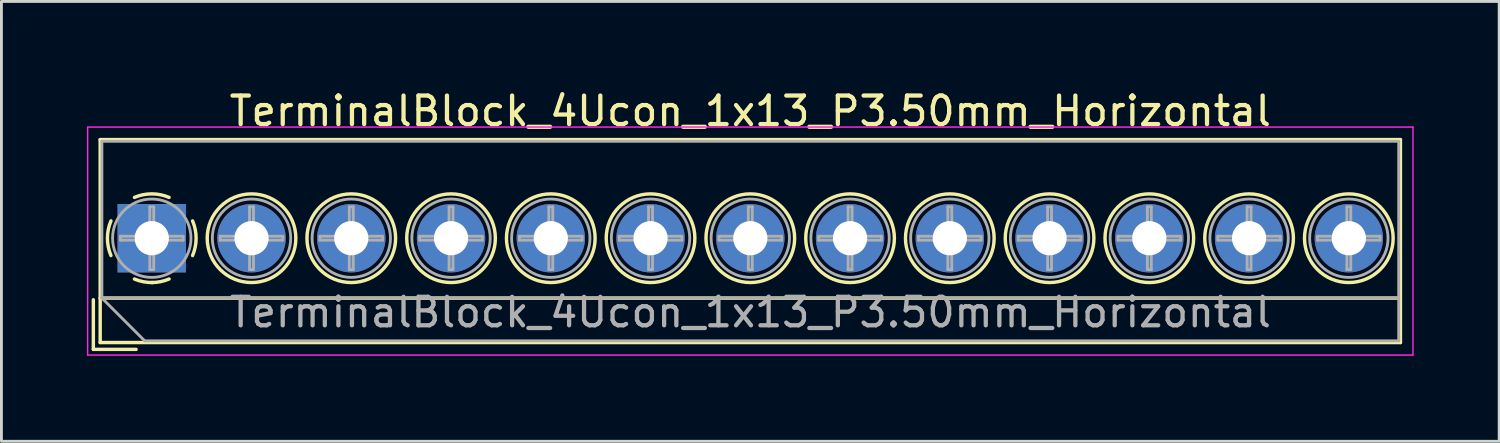
<source format=kicad_pcb>
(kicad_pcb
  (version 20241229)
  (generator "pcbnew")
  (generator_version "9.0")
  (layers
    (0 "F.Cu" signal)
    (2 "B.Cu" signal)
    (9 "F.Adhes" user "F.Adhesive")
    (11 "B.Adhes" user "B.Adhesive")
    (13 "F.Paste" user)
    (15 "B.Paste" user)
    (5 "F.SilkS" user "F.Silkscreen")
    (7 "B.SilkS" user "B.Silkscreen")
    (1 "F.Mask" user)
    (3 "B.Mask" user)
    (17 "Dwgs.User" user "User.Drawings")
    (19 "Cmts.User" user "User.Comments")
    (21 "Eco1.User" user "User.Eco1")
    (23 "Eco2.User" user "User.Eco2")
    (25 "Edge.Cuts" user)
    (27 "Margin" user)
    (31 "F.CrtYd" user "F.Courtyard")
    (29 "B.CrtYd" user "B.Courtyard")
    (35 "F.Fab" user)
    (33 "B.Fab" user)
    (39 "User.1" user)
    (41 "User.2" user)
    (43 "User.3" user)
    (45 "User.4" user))
  (footprint "TerminalBlock_4Ucon_1x13_P3.50mm_Horizontal"
    (layer "F.Cu")
    (at 2.275 5.308)
    (property "Reference" "TerminalBlock_4Ucon_1x13_P3.50mm_Horizontal" (at 21 -4.46 0) (layer "F.SilkS") (effects (font (size 1 1) (thickness 0.15))))
    (attr through_hole)
    (fp_line (start -2.05 2.16) (end -2.05 3.9) (stroke (width 0.12) (type solid)) (layer "F.SilkS"))
    (fp_line (start -2.05 3.9) (end -0.55 3.9) (stroke (width 0.12) (type solid)) (layer "F.SilkS"))
    (fp_line (start -1.81 -3.46) (end -1.81 3.66) (stroke (width 0.12) (type solid)) (layer "F.SilkS"))
    (fp_line (start -1.81 2.1) (end 43.81 2.1) (stroke (width 0.12) (type solid)) (layer "F.SilkS"))
    (fp_line (start -1.81 3.66) (end 43.81 3.66) (stroke (width 0.12) (type solid)) (layer "F.SilkS"))
    (fp_line (start 43.81 -3.46) (end -1.81 -3.46) (stroke (width 0.12) (type solid)) (layer "F.SilkS"))
    (fp_line (start 43.81 3.66) (end 43.81 -3.46) (stroke (width 0.12) (type solid)) (layer "F.SilkS"))
    (fp_arc (start -1.432109 0.607742) (mid -1.555727 -0.00014) (end -1.432 -0.608) (stroke (width 0.12) (type solid)) (layer "F.SilkS"))
    (fp_arc (start -0.607742 -1.432109) (mid 0.00014 -1.555727) (end 0.608 -1.432) (stroke (width 0.12) (type solid)) (layer "F.SilkS"))
    (fp_arc (start 0.027011 1.555493) (mid -0.296984 1.527118) (end -0.608 1.432) (stroke (width 0.12) (type solid)) (layer "F.SilkS"))
    (fp_arc (start 0.607587 1.431385) (mid 0.310017 1.523783) (end 0 1.555) (stroke (width 0.12) (type solid)) (layer "F.SilkS"))
    (fp_arc (start 1.432109 -0.607742) (mid 1.555727 0.00014) (end 1.432 0.608) (stroke (width 0.12) (type solid)) (layer "F.SilkS"))
    (fp_circle (center 3.5 0) (end 5.055 0) (stroke (width 0.12) (type solid)) (fill no) (layer "F.SilkS"))
    (fp_circle (center 7 0) (end 8.555 0) (stroke (width 0.12) (type solid)) (fill no) (layer "F.SilkS"))
    (fp_circle (center 10.5 0) (end 12.055 0) (stroke (width 0.12) (type solid)) (fill no) (layer "F.SilkS"))
    (fp_circle (center 14 0) (end 15.555 0) (stroke (width 0.12) (type solid)) (fill no) (layer "F.SilkS"))
    (fp_circle (center 17.5 0) (end 19.055 0) (stroke (width 0.12) (type solid)) (fill no) (layer "F.SilkS"))
    (fp_circle (center 21 0) (end 22.555 0) (stroke (width 0.12) (type solid)) (fill no) (layer "F.SilkS"))
    (fp_circle (center 24.5 0) (end 26.055 0) (stroke (width 0.12) (type solid)) (fill no) (layer "F.SilkS"))
    (fp_circle (center 28 0) (end 29.555 0) (stroke (width 0.12) (type solid)) (fill no) (layer "F.SilkS"))
    (fp_circle (center 31.5 0) (end 33.055 0) (stroke (width 0.12) (type solid)) (fill no) (layer "F.SilkS"))
    (fp_circle (center 35 0) (end 36.555 0) (stroke (width 0.12) (type solid)) (fill no) (layer "F.SilkS"))
    (fp_circle (center 38.5 0) (end 40.055 0) (stroke (width 0.12) (type solid)) (fill no) (layer "F.SilkS"))
    (fp_circle (center 42 0) (end 43.555 0) (stroke (width 0.12) (type solid)) (fill no) (layer "F.SilkS"))
    (fp_line (start -2.25 -3.9) (end -2.25 4.1) (stroke (width 0.05) (type solid)) (layer "F.CrtYd"))
    (fp_line (start -2.25 4.1) (end 44.25 4.1) (stroke (width 0.05) (type solid)) (layer "F.CrtYd"))
    (fp_line (start 44.25 -3.9) (end -2.25 -3.9) (stroke (width 0.05) (type solid)) (layer "F.CrtYd"))
    (fp_line (start 44.25 4.1) (end 44.25 -3.9) (stroke (width 0.05) (type solid)) (layer "F.CrtYd"))
    (fp_line (start -1.75 -3.4) (end 43.75 -3.4) (stroke (width 0.1) (type solid)) (layer "F.Fab"))
    (fp_line (start -1.75 2.1) (end -1.75 -3.4) (stroke (width 0.1) (type solid)) (layer "F.Fab"))
    (fp_line (start -1.75 2.1) (end 43.75 2.1) (stroke (width 0.1) (type solid)) (layer "F.Fab"))
    (fp_line (start -1.1 -0.069) (end -0.069 -0.069) (stroke (width 0.1) (type solid)) (layer "F.Fab"))
    (fp_line (start -1.1 0.069) (end -1.1 -0.069) (stroke (width 0.1) (type solid)) (layer "F.Fab"))
    (fp_line (start -0.25 3.6) (end -1.75 2.1) (stroke (width 0.1) (type solid)) (layer "F.Fab"))
    (fp_line (start -0.069 -1.1) (end 0.069 -1.1) (stroke (width 0.1) (type solid)) (layer "F.Fab"))
    (fp_line (start -0.069 -0.069) (end -0.069 -1.1) (stroke (width 0.1) (type solid)) (layer "F.Fab"))
    (fp_line (start -0.069 0.069) (end -1.1 0.069) (stroke (width 0.1) (type solid)) (layer "F.Fab"))
    (fp_line (start -0.069 1.1) (end -0.069 0.069) (stroke (width 0.1) (type solid)) (layer "F.Fab"))
    (fp_line (start 0.069 -1.1) (end 0.069 -0.069) (stroke (width 0.1) (type solid)) (layer "F.Fab"))
    (fp_line (start 0.069 -0.069) (end 1.1 -0.069) (stroke (width 0.1) (type solid)) (layer "F.Fab"))
    (fp_line (start 0.069 0.069) (end 0.069 1.1) (stroke (width 0.1) (type solid)) (layer "F.Fab"))
    (fp_line (start 0.069 1.1) (end -0.069 1.1) (stroke (width 0.1) (type solid)) (layer "F.Fab"))
    (fp_line (start 1.1 -0.069) (end 1.1 0.069) (stroke (width 0.1) (type solid)) (layer "F.Fab"))
    (fp_line (start 1.1 0.069) (end 0.069 0.069) (stroke (width 0.1) (type solid)) (layer "F.Fab"))
    (fp_line (start 2.4 -0.069) (end 3.431 -0.069) (stroke (width 0.1) (type solid)) (layer "F.Fab"))
    (fp_line (start 2.4 0.069) (end 2.4 -0.069) (stroke (width 0.1) (type solid)) (layer "F.Fab"))
    (fp_line (start 3.431 -1.1) (end 3.569 -1.1) (stroke (width 0.1) (type solid)) (layer "F.Fab"))
    (fp_line (start 3.431 -0.069) (end 3.431 -1.1) (stroke (width 0.1) (type solid)) (layer "F.Fab"))
    (fp_line (start 3.431 0.069) (end 2.4 0.069) (stroke (width 0.1) (type solid)) (layer "F.Fab"))
    (fp_line (start 3.431 1.1) (end 3.431 0.069) (stroke (width 0.1) (type solid)) (layer "F.Fab"))
    (fp_line (start 3.569 -1.1) (end 3.569 -0.069) (stroke (width 0.1) (type solid)) (layer "F.Fab"))
    (fp_line (start 3.569 -0.069) (end 4.6 -0.069) (stroke (width 0.1) (type solid)) (layer "F.Fab"))
    (fp_line (start 3.569 0.069) (end 3.569 1.1) (stroke (width 0.1) (type solid)) (layer "F.Fab"))
    (fp_line (start 3.569 1.1) (end 3.431 1.1) (stroke (width 0.1) (type solid)) (layer "F.Fab"))
    (fp_line (start 4.6 -0.069) (end 4.6 0.069) (stroke (width 0.1) (type solid)) (layer "F.Fab"))
    (fp_line (start 4.6 0.069) (end 3.569 0.069) (stroke (width 0.1) (type solid)) (layer "F.Fab"))
    (fp_line (start 5.9 -0.069) (end 6.931 -0.069) (stroke (width 0.1) (type solid)) (layer "F.Fab"))
    (fp_line (start 5.9 0.069) (end 5.9 -0.069) (stroke (width 0.1) (type solid)) (layer "F.Fab"))
    (fp_line (start 6.931 -1.1) (end 7.069 -1.1) (stroke (width 0.1) (type solid)) (layer "F.Fab"))
    (fp_line (start 6.931 -0.069) (end 6.931 -1.1) (stroke (width 0.1) (type solid)) (layer "F.Fab"))
    (fp_line (start 6.931 0.069) (end 5.9 0.069) (stroke (width 0.1) (type solid)) (layer "F.Fab"))
    (fp_line (start 6.931 1.1) (end 6.931 0.069) (stroke (width 0.1) (type solid)) (layer "F.Fab"))
    (fp_line (start 7.069 -1.1) (end 7.069 -0.069) (stroke (width 0.1) (type solid)) (layer "F.Fab"))
    (fp_line (start 7.069 -0.069) (end 8.1 -0.069) (stroke (width 0.1) (type solid)) (layer "F.Fab"))
    (fp_line (start 7.069 0.069) (end 7.069 1.1) (stroke (width 0.1) (type solid)) (layer "F.Fab"))
    (fp_line (start 7.069 1.1) (end 6.931 1.1) (stroke (width 0.1) (type solid)) (layer "F.Fab"))
    (fp_line (start 8.1 -0.069) (end 8.1 0.069) (stroke (width 0.1) (type solid)) (layer "F.Fab"))
    (fp_line (start 8.1 0.069) (end 7.069 0.069) (stroke (width 0.1) (type solid)) (layer "F.Fab"))
    (fp_line (start 9.4 -0.069) (end 10.431 -0.069) (stroke (width 0.1) (type solid)) (layer "F.Fab"))
    (fp_line (start 9.4 0.069) (end 9.4 -0.069) (stroke (width 0.1) (type solid)) (layer "F.Fab"))
    (fp_line (start 10.431 -1.1) (end 10.569 -1.1) (stroke (width 0.1) (type solid)) (layer "F.Fab"))
    (fp_line (start 10.431 -0.069) (end 10.431 -1.1) (stroke (width 0.1) (type solid)) (layer "F.Fab"))
    (fp_line (start 10.431 0.069) (end 9.4 0.069) (stroke (width 0.1) (type solid)) (layer "F.Fab"))
    (fp_line (start 10.431 1.1) (end 10.431 0.069) (stroke (width 0.1) (type solid)) (layer "F.Fab"))
    (fp_line (start 10.569 -1.1) (end 10.569 -0.069) (stroke (width 0.1) (type solid)) (layer "F.Fab"))
    (fp_line (start 10.569 -0.069) (end 11.6 -0.069) (stroke (width 0.1) (type solid)) (layer "F.Fab"))
    (fp_line (start 10.569 0.069) (end 10.569 1.1) (stroke (width 0.1) (type solid)) (layer "F.Fab"))
    (fp_line (start 10.569 1.1) (end 10.431 1.1) (stroke (width 0.1) (type solid)) (layer "F.Fab"))
    (fp_line (start 11.6 -0.069) (end 11.6 0.069) (stroke (width 0.1) (type solid)) (layer "F.Fab"))
    (fp_line (start 11.6 0.069) (end 10.569 0.069) (stroke (width 0.1) (type solid)) (layer "F.Fab"))
    (fp_line (start 12.9 -0.069) (end 13.931 -0.069) (stroke (width 0.1) (type solid)) (layer "F.Fab"))
    (fp_line (start 12.9 0.069) (end 12.9 -0.069) (stroke (width 0.1) (type solid)) (layer "F.Fab"))
    (fp_line (start 13.931 -1.1) (end 14.069 -1.1) (stroke (width 0.1) (type solid)) (layer "F.Fab"))
    (fp_line (start 13.931 -0.069) (end 13.931 -1.1) (stroke (width 0.1) (type solid)) (layer "F.Fab"))
    (fp_line (start 13.931 0.069) (end 12.9 0.069) (stroke (width 0.1) (type solid)) (layer "F.Fab"))
    (fp_line (start 13.931 1.1) (end 13.931 0.069) (stroke (width 0.1) (type solid)) (layer "F.Fab"))
    (fp_line (start 14.069 -1.1) (end 14.069 -0.069) (stroke (width 0.1) (type solid)) (layer "F.Fab"))
    (fp_line (start 14.069 -0.069) (end 15.1 -0.069) (stroke (width 0.1) (type solid)) (layer "F.Fab"))
    (fp_line (start 14.069 0.069) (end 14.069 1.1) (stroke (width 0.1) (type solid)) (layer "F.Fab"))
    (fp_line (start 14.069 1.1) (end 13.931 1.1) (stroke (width 0.1) (type solid)) (layer "F.Fab"))
    (fp_line (start 15.1 -0.069) (end 15.1 0.069) (stroke (width 0.1) (type solid)) (layer "F.Fab"))
    (fp_line (start 15.1 0.069) (end 14.069 0.069) (stroke (width 0.1) (type solid)) (layer "F.Fab"))
    (fp_line (start 16.4 -0.069) (end 17.431 -0.069) (stroke (width 0.1) (type solid)) (layer "F.Fab"))
    (fp_line (start 16.4 0.069) (end 16.4 -0.069) (stroke (width 0.1) (type solid)) (layer "F.Fab"))
    (fp_line (start 17.431 -1.1) (end 17.569 -1.1) (stroke (width 0.1) (type solid)) (layer "F.Fab"))
    (fp_line (start 17.431 -0.069) (end 17.431 -1.1) (stroke (width 0.1) (type solid)) (layer "F.Fab"))
    (fp_line (start 17.431 0.069) (end 16.4 0.069) (stroke (width 0.1) (type solid)) (layer "F.Fab"))
    (fp_line (start 17.431 1.1) (end 17.431 0.069) (stroke (width 0.1) (type solid)) (layer "F.Fab"))
    (fp_line (start 17.569 -1.1) (end 17.569 -0.069) (stroke (width 0.1) (type solid)) (layer "F.Fab"))
    (fp_line (start 17.569 -0.069) (end 18.6 -0.069) (stroke (width 0.1) (type solid)) (layer "F.Fab"))
    (fp_line (start 17.569 0.069) (end 17.569 1.1) (stroke (width 0.1) (type solid)) (layer "F.Fab"))
    (fp_line (start 17.569 1.1) (end 17.431 1.1) (stroke (width 0.1) (type solid)) (layer "F.Fab"))
    (fp_line (start 18.6 -0.069) (end 18.6 0.069) (stroke (width 0.1) (type solid)) (layer "F.Fab"))
    (fp_line (start 18.6 0.069) (end 17.569 0.069) (stroke (width 0.1) (type solid)) (layer "F.Fab"))
    (fp_line (start 19.9 -0.069) (end 20.931 -0.069) (stroke (width 0.1) (type solid)) (layer "F.Fab"))
    (fp_line (start 19.9 0.069) (end 19.9 -0.069) (stroke (width 0.1) (type solid)) (layer "F.Fab"))
    (fp_line (start 20.931 -1.1) (end 21.069 -1.1) (stroke (width 0.1) (type solid)) (layer "F.Fab"))
    (fp_line (start 20.931 -0.069) (end 20.931 -1.1) (stroke (width 0.1) (type solid)) (layer "F.Fab"))
    (fp_line (start 20.931 0.069) (end 19.9 0.069) (stroke (width 0.1) (type solid)) (layer "F.Fab"))
    (fp_line (start 20.931 1.1) (end 20.931 0.069) (stroke (width 0.1) (type solid)) (layer "F.Fab"))
    (fp_line (start 21.069 -1.1) (end 21.069 -0.069) (stroke (width 0.1) (type solid)) (layer "F.Fab"))
    (fp_line (start 21.069 -0.069) (end 22.1 -0.069) (stroke (width 0.1) (type solid)) (layer "F.Fab"))
    (fp_line (start 21.069 0.069) (end 21.069 1.1) (stroke (width 0.1) (type solid)) (layer "F.Fab"))
    (fp_line (start 21.069 1.1) (end 20.931 1.1) (stroke (width 0.1) (type solid)) (layer "F.Fab"))
    (fp_line (start 22.1 -0.069) (end 22.1 0.069) (stroke (width 0.1) (type solid)) (layer "F.Fab"))
    (fp_line (start 22.1 0.069) (end 21.069 0.069) (stroke (width 0.1) (type solid)) (layer "F.Fab"))
    (fp_line (start 23.4 -0.069) (end 24.431 -0.069) (stroke (width 0.1) (type solid)) (layer "F.Fab"))
    (fp_line (start 23.4 0.069) (end 23.4 -0.069) (stroke (width 0.1) (type solid)) (layer "F.Fab"))
    (fp_line (start 24.431 -1.1) (end 24.569 -1.1) (stroke (width 0.1) (type solid)) (layer "F.Fab"))
    (fp_line (start 24.431 -0.069) (end 24.431 -1.1) (stroke (width 0.1) (type solid)) (layer "F.Fab"))
    (fp_line (start 24.431 0.069) (end 23.4 0.069) (stroke (width 0.1) (type solid)) (layer "F.Fab"))
    (fp_line (start 24.431 1.1) (end 24.431 0.069) (stroke (width 0.1) (type solid)) (layer "F.Fab"))
    (fp_line (start 24.569 -1.1) (end 24.569 -0.069) (stroke (width 0.1) (type solid)) (layer "F.Fab"))
    (fp_line (start 24.569 -0.069) (end 25.6 -0.069) (stroke (width 0.1) (type solid)) (layer "F.Fab"))
    (fp_line (start 24.569 0.069) (end 24.569 1.1) (stroke (width 0.1) (type solid)) (layer "F.Fab"))
    (fp_line (start 24.569 1.1) (end 24.431 1.1) (stroke (width 0.1) (type solid)) (layer "F.Fab"))
    (fp_line (start 25.6 -0.069) (end 25.6 0.069) (stroke (width 0.1) (type solid)) (layer "F.Fab"))
    (fp_line (start 25.6 0.069) (end 24.569 0.069) (stroke (width 0.1) (type solid)) (layer "F.Fab"))
    (fp_line (start 26.9 -0.069) (end 27.931 -0.069) (stroke (width 0.1) (type solid)) (layer "F.Fab"))
    (fp_line (start 26.9 0.069) (end 26.9 -0.069) (stroke (width 0.1) (type solid)) (layer "F.Fab"))
    (fp_line (start 27.931 -1.1) (end 28.069 -1.1) (stroke (width 0.1) (type solid)) (layer "F.Fab"))
    (fp_line (start 27.931 -0.069) (end 27.931 -1.1) (stroke (width 0.1) (type solid)) (layer "F.Fab"))
    (fp_line (start 27.931 0.069) (end 26.9 0.069) (stroke (width 0.1) (type solid)) (layer "F.Fab"))
    (fp_line (start 27.931 1.1) (end 27.931 0.069) (stroke (width 0.1) (type solid)) (layer "F.Fab"))
    (fp_line (start 28.069 -1.1) (end 28.069 -0.069) (stroke (width 0.1) (type solid)) (layer "F.Fab"))
    (fp_line (start 28.069 -0.069) (end 29.1 -0.069) (stroke (width 0.1) (type solid)) (layer "F.Fab"))
    (fp_line (start 28.069 0.069) (end 28.069 1.1) (stroke (width 0.1) (type solid)) (layer "F.Fab"))
    (fp_line (start 28.069 1.1) (end 27.931 1.1) (stroke (width 0.1) (type solid)) (layer "F.Fab"))
    (fp_line (start 29.1 -0.069) (end 29.1 0.069) (stroke (width 0.1) (type solid)) (layer "F.Fab"))
    (fp_line (start 29.1 0.069) (end 28.069 0.069) (stroke (width 0.1) (type solid)) (layer "F.Fab"))
    (fp_line (start 30.4 -0.069) (end 31.431 -0.069) (stroke (width 0.1) (type solid)) (layer "F.Fab"))
    (fp_line (start 30.4 0.069) (end 30.4 -0.069) (stroke (width 0.1) (type solid)) (layer "F.Fab"))
    (fp_line (start 31.431 -1.1) (end 31.569 -1.1) (stroke (width 0.1) (type solid)) (layer "F.Fab"))
    (fp_line (start 31.431 -0.069) (end 31.431 -1.1) (stroke (width 0.1) (type solid)) (layer "F.Fab"))
    (fp_line (start 31.431 0.069) (end 30.4 0.069) (stroke (width 0.1) (type solid)) (layer "F.Fab"))
    (fp_line (start 31.431 1.1) (end 31.431 0.069) (stroke (width 0.1) (type solid)) (layer "F.Fab"))
    (fp_line (start 31.569 -1.1) (end 31.569 -0.069) (stroke (width 0.1) (type solid)) (layer "F.Fab"))
    (fp_line (start 31.569 -0.069) (end 32.6 -0.069) (stroke (width 0.1) (type solid)) (layer "F.Fab"))
    (fp_line (start 31.569 0.069) (end 31.569 1.1) (stroke (width 0.1) (type solid)) (layer "F.Fab"))
    (fp_line (start 31.569 1.1) (end 31.431 1.1) (stroke (width 0.1) (type solid)) (layer "F.Fab"))
    (fp_line (start 32.6 -0.069) (end 32.6 0.069) (stroke (width 0.1) (type solid)) (layer "F.Fab"))
    (fp_line (start 32.6 0.069) (end 31.569 0.069) (stroke (width 0.1) (type solid)) (layer "F.Fab"))
    (fp_line (start 33.9 -0.069) (end 34.931 -0.069) (stroke (width 0.1) (type solid)) (layer "F.Fab"))
    (fp_line (start 33.9 0.069) (end 33.9 -0.069) (stroke (width 0.1) (type solid)) (layer "F.Fab"))
    (fp_line (start 34.931 -1.1) (end 35.069 -1.1) (stroke (width 0.1) (type solid)) (layer "F.Fab"))
    (fp_line (start 34.931 -0.069) (end 34.931 -1.1) (stroke (width 0.1) (type solid)) (layer "F.Fab"))
    (fp_line (start 34.931 0.069) (end 33.9 0.069) (stroke (width 0.1) (type solid)) (layer "F.Fab"))
    (fp_line (start 34.931 1.1) (end 34.931 0.069) (stroke (width 0.1) (type solid)) (layer "F.Fab"))
    (fp_line (start 35.069 -1.1) (end 35.069 -0.069) (stroke (width 0.1) (type solid)) (layer "F.Fab"))
    (fp_line (start 35.069 -0.069) (end 36.1 -0.069) (stroke (width 0.1) (type solid)) (layer "F.Fab"))
    (fp_line (start 35.069 0.069) (end 35.069 1.1) (stroke (width 0.1) (type solid)) (layer "F.Fab"))
    (fp_line (start 35.069 1.1) (end 34.931 1.1) (stroke (width 0.1) (type solid)) (layer "F.Fab"))
    (fp_line (start 36.1 -0.069) (end 36.1 0.069) (stroke (width 0.1) (type solid)) (layer "F.Fab"))
    (fp_line (start 36.1 0.069) (end 35.069 0.069) (stroke (width 0.1) (type solid)) (layer "F.Fab"))
    (fp_line (start 37.4 -0.069) (end 38.431 -0.069) (stroke (width 0.1) (type solid)) (layer "F.Fab"))
    (fp_line (start 37.4 0.069) (end 37.4 -0.069) (stroke (width 0.1) (type solid)) (layer "F.Fab"))
    (fp_line (start 38.431 -1.1) (end 38.569 -1.1) (stroke (width 0.1) (type solid)) (layer "F.Fab"))
    (fp_line (start 38.431 -0.069) (end 38.431 -1.1) (stroke (width 0.1) (type solid)) (layer "F.Fab"))
    (fp_line (start 38.431 0.069) (end 37.4 0.069) (stroke (width 0.1) (type solid)) (layer "F.Fab"))
    (fp_line (start 38.431 1.1) (end 38.431 0.069) (stroke (width 0.1) (type solid)) (layer "F.Fab"))
    (fp_line (start 38.569 -1.1) (end 38.569 -0.069) (stroke (width 0.1) (type solid)) (layer "F.Fab"))
    (fp_line (start 38.569 -0.069) (end 39.6 -0.069) (stroke (width 0.1) (type solid)) (layer "F.Fab"))
    (fp_line (start 38.569 0.069) (end 38.569 1.1) (stroke (width 0.1) (type solid)) (layer "F.Fab"))
    (fp_line (start 38.569 1.1) (end 38.431 1.1) (stroke (width 0.1) (type solid)) (layer "F.Fab"))
    (fp_line (start 39.6 -0.069) (end 39.6 0.069) (stroke (width 0.1) (type solid)) (layer "F.Fab"))
    (fp_line (start 39.6 0.069) (end 38.569 0.069) (stroke (width 0.1) (type solid)) (layer "F.Fab"))
    (fp_line (start 40.9 -0.069) (end 41.931 -0.069) (stroke (width 0.1) (type solid)) (layer "F.Fab"))
    (fp_line (start 40.9 0.069) (end 40.9 -0.069) (stroke (width 0.1) (type solid)) (layer "F.Fab"))
    (fp_line (start 41.931 -1.1) (end 42.069 -1.1) (stroke (width 0.1) (type solid)) (layer "F.Fab"))
    (fp_line (start 41.931 -0.069) (end 41.931 -1.1) (stroke (width 0.1) (type solid)) (layer "F.Fab"))
    (fp_line (start 41.931 0.069) (end 40.9 0.069) (stroke (width 0.1) (type solid)) (layer "F.Fab"))
    (fp_line (start 41.931 1.1) (end 41.931 0.069) (stroke (width 0.1) (type solid)) (layer "F.Fab"))
    (fp_line (start 42.069 -1.1) (end 42.069 -0.069) (stroke (width 0.1) (type solid)) (layer "F.Fab"))
    (fp_line (start 42.069 -0.069) (end 43.1 -0.069) (stroke (width 0.1) (type solid)) (layer "F.Fab"))
    (fp_line (start 42.069 0.069) (end 42.069 1.1) (stroke (width 0.1) (type solid)) (layer "F.Fab"))
    (fp_line (start 42.069 1.1) (end 41.931 1.1) (stroke (width 0.1) (type solid)) (layer "F.Fab"))
    (fp_line (start 43.1 -0.069) (end 43.1 0.069) (stroke (width 0.1) (type solid)) (layer "F.Fab"))
    (fp_line (start 43.1 0.069) (end 42.069 0.069) (stroke (width 0.1) (type solid)) (layer "F.Fab"))
    (fp_line (start 43.75 -3.4) (end 43.75 3.6) (stroke (width 0.1) (type solid)) (layer "F.Fab"))
    (fp_line (start 43.75 3.6) (end -0.25 3.6) (stroke (width 0.1) (type solid)) (layer "F.Fab"))
    (fp_circle (center 0 0) (end 1.375 0) (stroke (width 0.1) (type solid)) (fill no) (layer "F.Fab"))
    (fp_circle (center 3.5 0) (end 4.875 0) (stroke (width 0.1) (type solid)) (fill no) (layer "F.Fab"))
    (fp_circle (center 7 0) (end 8.375 0) (stroke (width 0.1) (type solid)) (fill no) (layer "F.Fab"))
    (fp_circle (center 10.5 0) (end 11.875 0) (stroke (width 0.1) (type solid)) (fill no) (layer "F.Fab"))
    (fp_circle (center 14 0) (end 15.375 0) (stroke (width 0.1) (type solid)) (fill no) (layer "F.Fab"))
    (fp_circle (center 17.5 0) (end 18.875 0) (stroke (width 0.1) (type solid)) (fill no) (layer "F.Fab"))
    (fp_circle (center 21 0) (end 22.375 0) (stroke (width 0.1) (type solid)) (fill no) (layer "F.Fab"))
    (fp_circle (center 24.5 0) (end 25.875 0) (stroke (width 0.1) (type solid)) (fill no) (layer "F.Fab"))
    (fp_circle (center 28 0) (end 29.375 0) (stroke (width 0.1) (type solid)) (fill no) (layer "F.Fab"))
    (fp_circle (center 31.5 0) (end 32.875 0) (stroke (width 0.1) (type solid)) (fill no) (layer "F.Fab"))
    (fp_circle (center 35 0) (end 36.375 0) (stroke (width 0.1) (type solid)) (fill no) (layer "F.Fab"))
    (fp_circle (center 38.5 0) (end 39.875 0) (stroke (width 0.1) (type solid)) (fill no) (layer "F.Fab"))
    (fp_circle (center 42 0) (end 43.375 0) (stroke (width 0.1) (type solid)) (fill no) (layer "F.Fab"))
    (fp_text user "${REFERENCE}" (at 21 2.6 0) (layer "F.Fab") (effects (font (size 1 1) (thickness 0.15))))
    (pad "1" thru_hole rect (at 0 0) (size 2.4 2.4) (drill 1.2) (layers "*.Cu" "*.Mask"))
    (pad "2" thru_hole circle (at 3.5 0) (size 2.4 2.4) (drill 1.2) (layers "*.Cu" "*.Mask"))
    (pad "3" thru_hole circle (at 7 0) (size 2.4 2.4) (drill 1.2) (layers "*.Cu" "*.Mask"))
    (pad "4" thru_hole circle (at 10.5 0) (size 2.4 2.4) (drill 1.2) (layers "*.Cu" "*.Mask"))
    (pad "5" thru_hole circle (at 14 0) (size 2.4 2.4) (drill 1.2) (layers "*.Cu" "*.Mask"))
    (pad "6" thru_hole circle (at 17.5 0) (size 2.4 2.4) (drill 1.2) (layers "*.Cu" "*.Mask"))
    (pad "7" thru_hole circle (at 21 0) (size 2.4 2.4) (drill 1.2) (layers "*.Cu" "*.Mask"))
    (pad "8" thru_hole circle (at 24.5 0) (size 2.4 2.4) (drill 1.2) (layers "*.Cu" "*.Mask"))
    (pad "9" thru_hole circle (at 28 0) (size 2.4 2.4) (drill 1.2) (layers "*.Cu" "*.Mask"))
    (pad "10" thru_hole circle (at 31.5 0) (size 2.4 2.4) (drill 1.2) (layers "*.Cu" "*.Mask"))
    (pad "11" thru_hole circle (at 35 0) (size 2.4 2.4) (drill 1.2) (layers "*.Cu" "*.Mask"))
    (pad "12" thru_hole circle (at 38.5 0) (size 2.4 2.4) (drill 1.2) (layers "*.Cu" "*.Mask"))
    (pad "13" thru_hole circle (at 42 0) (size 2.4 2.4) (drill 1.2) (layers "*.Cu" "*.Mask")))
  (gr_rect
    (start -3 -3)
    (end 49.55 12.433)
    (stroke (width 0.1) (type default))
    (fill no)
    (layer "Edge.Cuts")))
</source>
